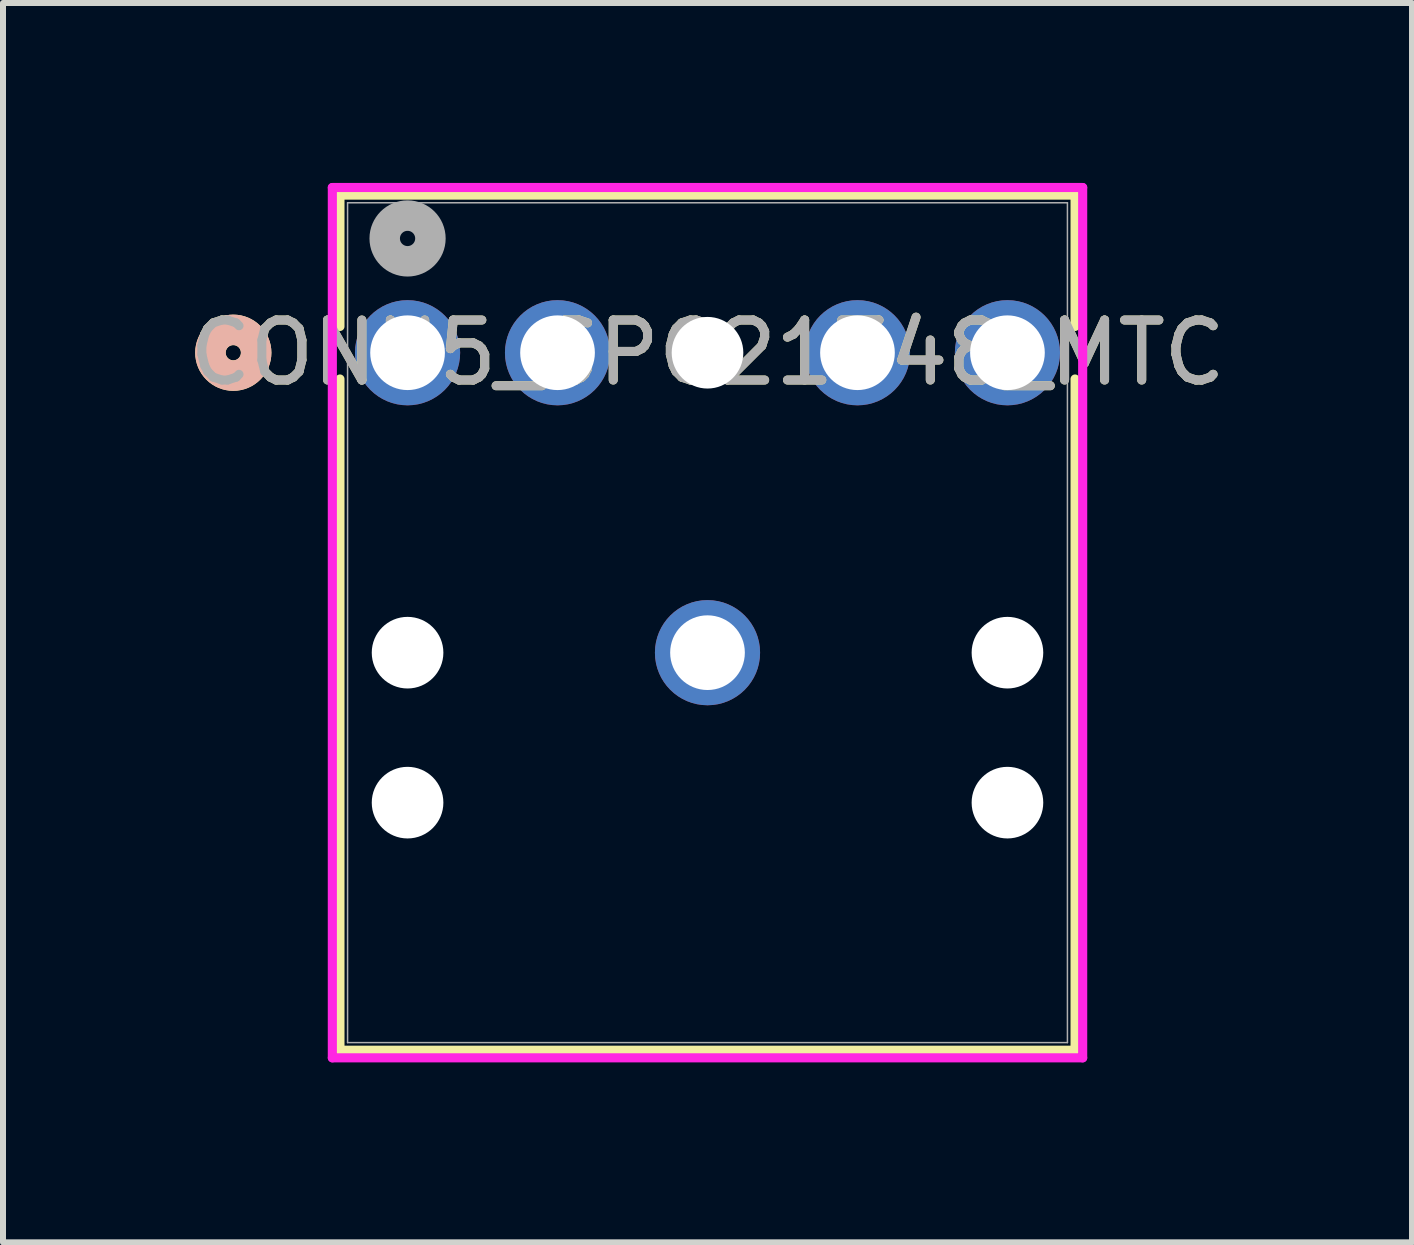
<source format=kicad_pcb>
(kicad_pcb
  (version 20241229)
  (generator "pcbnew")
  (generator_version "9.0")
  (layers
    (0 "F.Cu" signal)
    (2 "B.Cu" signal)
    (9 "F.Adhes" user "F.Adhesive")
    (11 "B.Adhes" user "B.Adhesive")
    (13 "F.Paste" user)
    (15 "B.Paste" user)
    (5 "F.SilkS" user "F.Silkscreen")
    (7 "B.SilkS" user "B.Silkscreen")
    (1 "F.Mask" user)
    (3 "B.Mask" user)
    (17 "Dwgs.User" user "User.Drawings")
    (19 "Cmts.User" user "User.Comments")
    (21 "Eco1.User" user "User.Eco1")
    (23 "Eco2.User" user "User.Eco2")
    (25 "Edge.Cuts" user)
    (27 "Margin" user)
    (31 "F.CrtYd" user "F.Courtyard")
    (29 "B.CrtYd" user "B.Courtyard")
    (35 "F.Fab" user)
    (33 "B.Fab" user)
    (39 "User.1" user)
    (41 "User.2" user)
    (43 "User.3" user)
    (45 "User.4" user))
  (footprint "CONN5_SPC21348_MTC"
    (layer "F.Cu")
    (at 3.744 2.83)
    (property "Reference" "CONN5_SPC21348_MTC" (at 5 0 0) (unlocked yes) (layer "F.SilkS") (effects (font (size 1 1) (thickness 0.15))))
    (attr through_hole)
    (fp_line (start -1.127 -2.627) (end -1.127 -0.438) (stroke (width 0.152) (type solid)) (layer "F.SilkS"))
    (fp_line (start -1.127 0.438) (end -1.127 11.627) (stroke (width 0.152) (type solid)) (layer "F.SilkS"))
    (fp_line (start -1.127 11.627) (end 11.127 11.627) (stroke (width 0.152) (type solid)) (layer "F.SilkS"))
    (fp_line (start 11.127 -2.627) (end -1.127 -2.627) (stroke (width 0.152) (type solid)) (layer "F.SilkS"))
    (fp_line (start 11.127 -0.438) (end 11.127 -2.627) (stroke (width 0.152) (type solid)) (layer "F.SilkS"))
    (fp_line (start 11.127 11.627) (end 11.127 0.438) (stroke (width 0.152) (type solid)) (layer "F.SilkS"))
    (fp_circle (center -2.905 0) (end -2.524 0) (stroke (width 0.508) (type solid)) (fill no) (layer "F.SilkS"))
    (fp_circle (center -2.905 0) (end -2.524 0) (stroke (width 0.508) (type solid)) (fill no) (layer "B.SilkS"))
    (fp_line (start -1.254 -2.754) (end -1.254 11.754) (stroke (width 0.152) (type solid)) (layer "F.CrtYd"))
    (fp_line (start -1.254 11.754) (end 11.254 11.754) (stroke (width 0.152) (type solid)) (layer "F.CrtYd"))
    (fp_line (start 11.254 -2.754) (end -1.254 -2.754) (stroke (width 0.152) (type solid)) (layer "F.CrtYd"))
    (fp_line (start 11.254 11.754) (end 11.254 -2.754) (stroke (width 0.152) (type solid)) (layer "F.CrtYd"))
    (fp_line (start -1 -2.5) (end -1 11.5) (stroke (width 0.025) (type solid)) (layer "F.Fab"))
    (fp_line (start -1 11.5) (end 11 11.5) (stroke (width 0.025) (type solid)) (layer "F.Fab"))
    (fp_line (start 11 -2.5) (end -1 -2.5) (stroke (width 0.025) (type solid)) (layer "F.Fab"))
    (fp_line (start 11 11.5) (end 11 -2.5) (stroke (width 0.025) (type solid)) (layer "F.Fab"))
    (fp_circle (center 0 -1.905) (end 0.381 -1.905) (stroke (width 0.508) (type solid)) (fill no) (layer "F.Fab"))
    (fp_text user "${REFERENCE}" (at 5 0 0) (unlocked yes) (layer "F.Fab") (effects (font (size 1 1) (thickness 0.15))))
    (pad "" np_thru_hole circle (at 0 5) (size 1.194 1.194) (drill 1.194) (layers "*.Cu" "*.Mask"))
    (pad "" np_thru_hole circle (at 0 7.5) (size 1.194 1.194) (drill 1.194) (layers "*.Cu" "*.Mask"))
    (pad "" np_thru_hole circle (at 5 0) (size 1.194 1.194) (drill 1.194) (layers "*.Cu" "*.Mask"))
    (pad "" np_thru_hole circle (at 10 5) (size 1.194 1.194) (drill 1.194) (layers "*.Cu" "*.Mask"))
    (pad "" np_thru_hole circle (at 10 7.5) (size 1.194 1.194) (drill 1.194) (layers "*.Cu" "*.Mask"))
    (pad "1" thru_hole circle (at 0 0) (size 1.753 1.753) (drill 1.245) (layers "*.Cu" "*.Mask"))
    (pad "2" thru_hole circle (at 2.5 0) (size 1.753 1.753) (drill 1.245) (layers "*.Cu" "*.Mask"))
    (pad "3" thru_hole circle (at 7.5 0) (size 1.753 1.753) (drill 1.245) (layers "*.Cu" "*.Mask"))
    (pad "4" thru_hole circle (at 10 0) (size 1.753 1.753) (drill 1.245) (layers "*.Cu" "*.Mask"))
    (pad "5" thru_hole circle (at 5 5) (size 1.753 1.753) (drill 1.245) (layers "*.Cu" "*.Mask")))
  (gr_rect
    (start -3 -3)
    (end 20.488 17.66)
    (stroke (width 0.1) (type default))
    (fill no)
    (layer "Edge.Cuts")))
</source>
